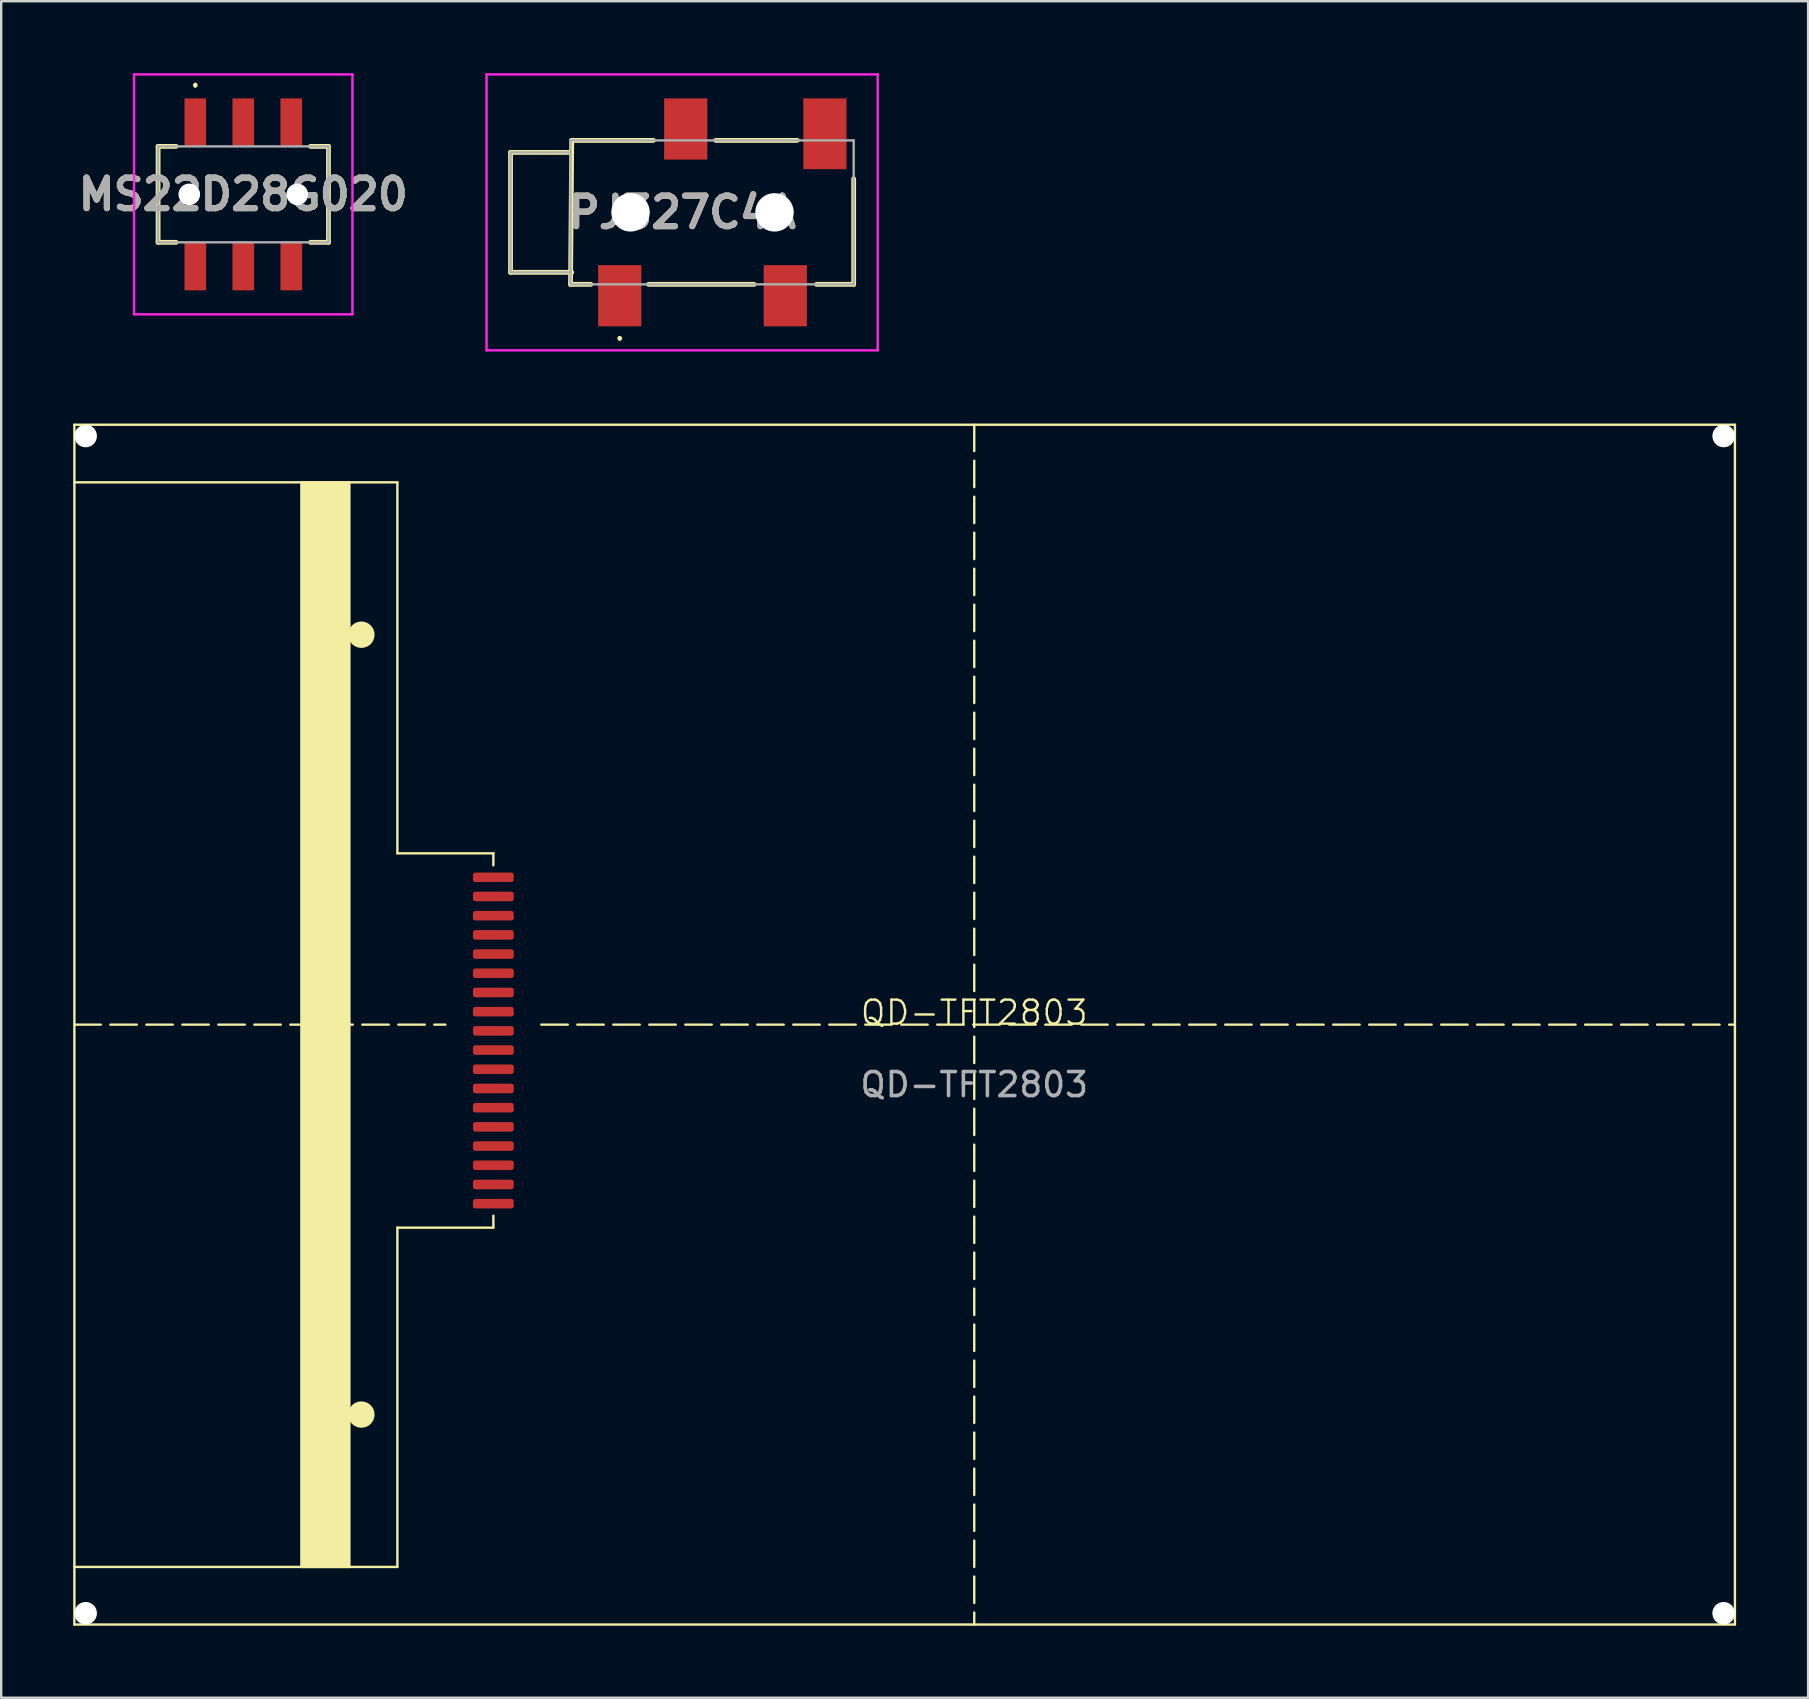
<source format=kicad_pcb>
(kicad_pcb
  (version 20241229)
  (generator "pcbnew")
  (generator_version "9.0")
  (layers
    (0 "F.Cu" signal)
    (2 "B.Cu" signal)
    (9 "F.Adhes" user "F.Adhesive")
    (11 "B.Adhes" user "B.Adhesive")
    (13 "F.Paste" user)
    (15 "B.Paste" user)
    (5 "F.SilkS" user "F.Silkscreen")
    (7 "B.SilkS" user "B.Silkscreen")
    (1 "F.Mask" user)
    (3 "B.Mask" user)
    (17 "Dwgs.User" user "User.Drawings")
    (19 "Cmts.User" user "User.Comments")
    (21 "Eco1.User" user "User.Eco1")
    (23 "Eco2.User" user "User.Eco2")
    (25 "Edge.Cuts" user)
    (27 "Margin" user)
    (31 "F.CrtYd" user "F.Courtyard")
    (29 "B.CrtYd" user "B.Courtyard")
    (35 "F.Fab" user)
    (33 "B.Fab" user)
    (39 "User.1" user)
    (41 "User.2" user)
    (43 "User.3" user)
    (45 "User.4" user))
  (footprint "MS22D28G020"
    (layer "F.Cu")
    (at 7.088 5.05)
    (property "Reference" "MS22D28G020" (at 0 0 0) (layer "F.SilkS") (effects (font (size 1.27 1.27) (thickness 0.254))))
    (attr through_hole)
    (fp_line (start -3.55 -2) (end -3.55 2) (stroke (width 0.2) (type solid)) (layer "F.SilkS"))
    (fp_line (start -3.55 2) (end -2.8 2) (stroke (width 0.2) (type solid)) (layer "F.SilkS"))
    (fp_line (start -2.8 -2) (end -3.55 -2) (stroke (width 0.2) (type solid)) (layer "F.SilkS"))
    (fp_line (start -2 -4.6) (end -2 -4.6) (stroke (width 0.1) (type solid)) (layer "F.SilkS"))
    (fp_line (start -2 -4.5) (end -2 -4.5) (stroke (width 0.1) (type solid)) (layer "F.SilkS"))
    (fp_line (start 2.8 2) (end 3.55 2) (stroke (width 0.2) (type solid)) (layer "F.SilkS"))
    (fp_line (start 3.55 -2) (end 2.8 -2) (stroke (width 0.2) (type solid)) (layer "F.SilkS"))
    (fp_line (start 3.55 2) (end 3.55 -2) (stroke (width 0.2) (type solid)) (layer "F.SilkS"))
    (fp_arc (start -2 -4.6) (mid -1.95 -4.55) (end -2 -4.5) (stroke (width 0.1) (type solid)) (layer "F.SilkS"))
    (fp_arc (start -2 -4.5) (mid -2.05 -4.55) (end -2 -4.6) (stroke (width 0.1) (type solid)) (layer "F.SilkS"))
    (fp_line (start -4.55 -5) (end 4.55 -5) (stroke (width 0.1) (type solid)) (layer "F.CrtYd"))
    (fp_line (start -4.55 5) (end -4.55 -5) (stroke (width 0.1) (type solid)) (layer "F.CrtYd"))
    (fp_line (start 4.55 -5) (end 4.55 5) (stroke (width 0.1) (type solid)) (layer "F.CrtYd"))
    (fp_line (start 4.55 5) (end -4.55 5) (stroke (width 0.1) (type solid)) (layer "F.CrtYd"))
    (fp_line (start -3.55 -2) (end -3.55 2) (stroke (width 0.1) (type solid)) (layer "F.Fab"))
    (fp_line (start -3.55 2) (end 3.55 2) (stroke (width 0.1) (type solid)) (layer "F.Fab"))
    (fp_line (start 3.55 -2) (end -3.55 -2) (stroke (width 0.1) (type solid)) (layer "F.Fab"))
    (fp_line (start 3.55 2) (end 3.55 -2) (stroke (width 0.1) (type solid)) (layer "F.Fab"))
    (fp_text user "${REFERENCE}" (at 0 0 0) (layer "F.Fab") (effects (font (size 1.27 1.27) (thickness 0.254))))
    (pad "" np_thru_hole circle (at -2.25 0) (size 0.9 0.9) (drill 0.9) (layers "*.Cu" "*.Mask"))
    (pad "" np_thru_hole circle (at 2.25 0) (size 0.9 0.9) (drill 0.9) (layers "*.Cu" "*.Mask"))
    (pad "1" smd rect (at -2 -3) (size 0.9 2) (layers "F.Cu" "F.Mask" "F.Paste"))
    (pad "2" smd rect (at 0 -3) (size 0.9 2) (layers "F.Cu" "F.Mask" "F.Paste"))
    (pad "3" smd rect (at 2 -3) (size 0.9 2) (layers "F.Cu" "F.Mask" "F.Paste"))
    (pad "4" smd rect (at -2 3) (size 0.9 2) (layers "F.Cu" "F.Mask" "F.Paste"))
    (pad "5" smd rect (at 0 3) (size 0.9 2) (layers "F.Cu" "F.Mask" "F.Paste"))
    (pad "6" smd rect (at 2 3) (size 0.9 2) (layers "F.Cu" "F.Mask" "F.Paste")))
  (footprint "QD-TFT2803"
    (layer "F.Cu")
    (at 37.55 39.65)
    (property "Reference" "QD-TFT2803" (at 0 -0.5 0) (unlocked yes) (layer "F.SilkS") (effects (font (size 1 1) (thickness 0.1))))
    (attr smd)
    (fp_line (start -37.5 -25) (end -37.5 25) (stroke (width 0.1) (type default)) (layer "F.SilkS"))
    (fp_line (start -37.5 -25) (end 31.7 -25) (stroke (width 0.1) (type default)) (layer "F.SilkS"))
    (fp_line (start -37.5 0) (end -22.04 0) (stroke (width 0.1) (type dash)) (layer "F.SilkS"))
    (fp_line (start -37.5 25) (end 31.7 25) (stroke (width 0.1) (type default)) (layer "F.SilkS"))
    (fp_line (start -24.04 -22.6) (end -37.5 -22.6) (stroke (width 0.1) (type solid)) (layer "F.SilkS"))
    (fp_line (start -24.04 -22.6) (end -24.04 -7.14) (stroke (width 0.1) (type solid)) (layer "F.SilkS"))
    (fp_line (start -24.04 -7.14) (end -20.04 -7.14) (stroke (width 0.1) (type default)) (layer "F.SilkS"))
    (fp_line (start -24.04 8.46) (end -24.04 22.6) (stroke (width 0.1) (type solid)) (layer "F.SilkS"))
    (fp_line (start -24.04 8.46) (end -20.04 8.46) (stroke (width 0.1) (type default)) (layer "F.SilkS"))
    (fp_line (start -24.04 22.6) (end -37.5 22.6) (stroke (width 0.1) (type solid)) (layer "F.SilkS"))
    (fp_line (start -20.04 -6.64) (end -20.04 -7.14) (stroke (width 0.1) (type default)) (layer "F.SilkS"))
    (fp_line (start -20.04 7.96) (end -20.04 8.46) (stroke (width 0.1) (type default)) (layer "F.SilkS"))
    (fp_line (start -18.04 0) (end 31.7 0) (stroke (width 0.1) (type dash)) (layer "F.SilkS"))
    (fp_line (start 0 -25) (end 0 25) (stroke (width 0.1) (type dash)) (layer "F.SilkS"))
    (fp_line (start 31.7 -25) (end 31.7 25) (stroke (width 0.1) (type default)) (layer "F.SilkS"))
    (fp_rect (start -26.04 -22.6) (end -28.04 22.6) (stroke (width 0.1) (type solid)) (fill yes) (layer "F.SilkS"))
    (fp_circle (center -25.54 -16.25) (end -25.04 -16.25) (stroke (width 0.1) (type solid)) (fill yes) (layer "F.SilkS"))
    (fp_circle (center -25.54 16.25) (end -25.04 16.25) (stroke (width 0.1) (type solid)) (fill yes) (layer "F.SilkS"))
    (fp_text user "${REFERENCE}" (at 0 2.5 0) (unlocked yes) (layer "F.Fab") (effects (font (size 1 1) (thickness 0.15))))
    (pad "" np_thru_hole circle (at -37.03 -24.53) (size 0.94 0.94) (drill 0.94) (layers "*.Cu" "*.Mask"))
    (pad "" np_thru_hole circle (at -37.03 24.53) (size 0.94 0.94) (drill 0.94) (layers "*.Cu" "*.Mask"))
    (pad "" np_thru_hole circle (at 31.23 -24.53) (size 0.94 0.94) (drill 0.94) (layers "*.Cu" "*.Mask"))
    (pad "" np_thru_hole circle (at 31.23 24.53) (size 0.94 0.94) (drill 0.94) (layers "*.Cu" "*.Mask"))
    (pad "1" smd roundrect (at -20.04 -6.14) (size 1.7 0.4) (layers "F.Cu" "F.Mask" "F.Paste") (roundrect_rratio 0.25))
    (pad "2" smd roundrect (at -20.04 -5.34) (size 1.7 0.4) (layers "F.Cu" "F.Mask" "F.Paste") (roundrect_rratio 0.25))
    (pad "3" smd roundrect (at -20.04 -4.54) (size 1.7 0.4) (layers "F.Cu" "F.Mask" "F.Paste") (roundrect_rratio 0.25))
    (pad "4" smd roundrect (at -20.04 -3.74) (size 1.7 0.4) (layers "F.Cu" "F.Mask" "F.Paste") (roundrect_rratio 0.25))
    (pad "5" smd roundrect (at -20.04 -2.94) (size 1.7 0.4) (layers "F.Cu" "F.Mask" "F.Paste") (roundrect_rratio 0.25))
    (pad "6" smd roundrect (at -20.04 -2.14) (size 1.7 0.4) (layers "F.Cu" "F.Mask" "F.Paste") (roundrect_rratio 0.25))
    (pad "7" smd roundrect (at -20.04 -1.34) (size 1.7 0.4) (layers "F.Cu" "F.Mask" "F.Paste") (roundrect_rratio 0.25))
    (pad "8" smd roundrect (at -20.04 -0.54) (size 1.7 0.4) (layers "F.Cu" "F.Mask" "F.Paste") (roundrect_rratio 0.25))
    (pad "9" smd roundrect (at -20.04 0.26) (size 1.7 0.4) (layers "F.Cu" "F.Mask" "F.Paste") (roundrect_rratio 0.25))
    (pad "10" smd roundrect (at -20.04 1.06) (size 1.7 0.4) (layers "F.Cu" "F.Mask" "F.Paste") (roundrect_rratio 0.25))
    (pad "11" smd roundrect (at -20.04 1.86) (size 1.7 0.4) (layers "F.Cu" "F.Mask" "F.Paste") (roundrect_rratio 0.25))
    (pad "12" smd roundrect (at -20.04 2.66) (size 1.7 0.4) (layers "F.Cu" "F.Mask" "F.Paste") (roundrect_rratio 0.25))
    (pad "13" smd roundrect (at -20.04 3.46) (size 1.7 0.4) (layers "F.Cu" "F.Mask" "F.Paste") (roundrect_rratio 0.25))
    (pad "14" smd roundrect (at -20.04 4.26) (size 1.7 0.4) (layers "F.Cu" "F.Mask" "F.Paste") (roundrect_rratio 0.25))
    (pad "15" smd roundrect (at -20.04 5.06) (size 1.7 0.4) (layers "F.Cu" "F.Mask" "F.Paste") (roundrect_rratio 0.25))
    (pad "16" smd roundrect (at -20.04 5.86) (size 1.7 0.4) (layers "F.Cu" "F.Mask" "F.Paste") (roundrect_rratio 0.25))
    (pad "17" smd roundrect (at -20.04 6.66) (size 1.7 0.4) (layers "F.Cu" "F.Mask" "F.Paste") (roundrect_rratio 0.25))
    (pad "18" smd roundrect (at -20.04 7.46) (size 1.7 0.4) (layers "F.Cu" "F.Mask" "F.Paste") (roundrect_rratio 0.25)))
  (footprint "PJ327C4A"
    (layer "F.Cu")
    (at 25.376 5.8)
    (property "Reference" "PJ327C4A" (at 0 0 0) (layer "F.SilkS") (effects (font (size 1.27 1.27) (thickness 0.254))))
    (attr smd)
    (fp_line (start -7.15 -2.5) (end -4.6 -2.5) (stroke (width 0.2) (type solid)) (layer "F.SilkS"))
    (fp_line (start -7.15 2.5) (end -7.15 -2.5) (stroke (width 0.2) (type solid)) (layer "F.SilkS"))
    (fp_line (start -4.65 3) (end -3.8 3) (stroke (width 0.2) (type solid)) (layer "F.SilkS"))
    (fp_line (start -4.6 -3) (end -4.65 3) (stroke (width 0.2) (type solid)) (layer "F.SilkS"))
    (fp_line (start -4.6 2.5) (end -7.15 2.5) (stroke (width 0.2) (type solid)) (layer "F.SilkS"))
    (fp_line (start -2.6 5.2) (end -2.6 5.2) (stroke (width 0.1) (type solid)) (layer "F.SilkS"))
    (fp_line (start -2.6 5.3) (end -2.6 5.3) (stroke (width 0.1) (type solid)) (layer "F.SilkS"))
    (fp_line (start -1.4 3) (end 3 3) (stroke (width 0.2) (type solid)) (layer "F.SilkS"))
    (fp_line (start -1.2 -3) (end -4.6 -3) (stroke (width 0.2) (type solid)) (layer "F.SilkS"))
    (fp_line (start 1.4 -3) (end 4.8 -3) (stroke (width 0.2) (type solid)) (layer "F.SilkS"))
    (fp_line (start 7.15 -1.4) (end 7.15 3) (stroke (width 0.2) (type solid)) (layer "F.SilkS"))
    (fp_line (start 7.15 3) (end 5.6 3) (stroke (width 0.2) (type solid)) (layer "F.SilkS"))
    (fp_arc (start -2.6 5.2) (mid -2.55 5.25) (end -2.6 5.3) (stroke (width 0.1) (type solid)) (layer "F.SilkS"))
    (fp_arc (start -2.6 5.3) (mid -2.65 5.25) (end -2.6 5.2) (stroke (width 0.1) (type solid)) (layer "F.SilkS"))
    (fp_line (start -8.15 -5.75) (end 8.15 -5.75) (stroke (width 0.1) (type solid)) (layer "F.CrtYd"))
    (fp_line (start -8.15 5.75) (end -8.15 -5.75) (stroke (width 0.1) (type solid)) (layer "F.CrtYd"))
    (fp_line (start 8.15 -5.75) (end 8.15 5.75) (stroke (width 0.1) (type solid)) (layer "F.CrtYd"))
    (fp_line (start 8.15 5.75) (end -8.15 5.75) (stroke (width 0.1) (type solid)) (layer "F.CrtYd"))
    (fp_line (start -7.15 -2.5) (end -7.15 2.5) (stroke (width 0.1) (type solid)) (layer "F.Fab"))
    (fp_line (start -7.15 2.5) (end -4.65 2.5) (stroke (width 0.1) (type solid)) (layer "F.Fab"))
    (fp_line (start -4.65 -3) (end 7.15 -3) (stroke (width 0.1) (type solid)) (layer "F.Fab"))
    (fp_line (start -4.65 -2.5) (end -7.15 -2.5) (stroke (width 0.1) (type solid)) (layer "F.Fab"))
    (fp_line (start -4.65 3) (end -4.65 -3) (stroke (width 0.1) (type solid)) (layer "F.Fab"))
    (fp_line (start 7.15 -3) (end 7.15 3) (stroke (width 0.1) (type solid)) (layer "F.Fab"))
    (fp_line (start 7.15 3) (end -4.65 3) (stroke (width 0.1) (type solid)) (layer "F.Fab"))
    (fp_text user "${REFERENCE}" (at 0 0 0) (layer "F.Fab") (effects (font (size 1.27 1.27) (thickness 0.254))))
    (pad "" np_thru_hole circle (at -2.15 0) (size 1.6 1.6) (drill 1.6) (layers "*.Cu" "*.Mask"))
    (pad "" np_thru_hole circle (at 3.85 0) (size 1.6 1.6) (drill 1.6) (layers "*.Cu" "*.Mask"))
    (pad "1" smd rect (at -2.6 3.475) (size 1.8 2.55) (layers "F.Cu" "F.Mask" "F.Paste"))
    (pad "2" smd rect (at 4.3 3.475) (size 1.8 2.55) (layers "F.Cu" "F.Mask" "F.Paste"))
    (pad "3" smd rect (at 0.15 -3.475) (size 1.8 2.55) (layers "F.Cu" "F.Mask" "F.Paste"))
    (pad "4" smd rect (at 5.95 -3.275) (size 1.8 2.95) (layers "F.Cu" "F.Mask" "F.Paste")))
  (gr_rect
    (start -3 -3)
    (end 72.3 67.7)
    (stroke (width 0.1) (type default))
    (fill no)
    (layer "Edge.Cuts")))
</source>
